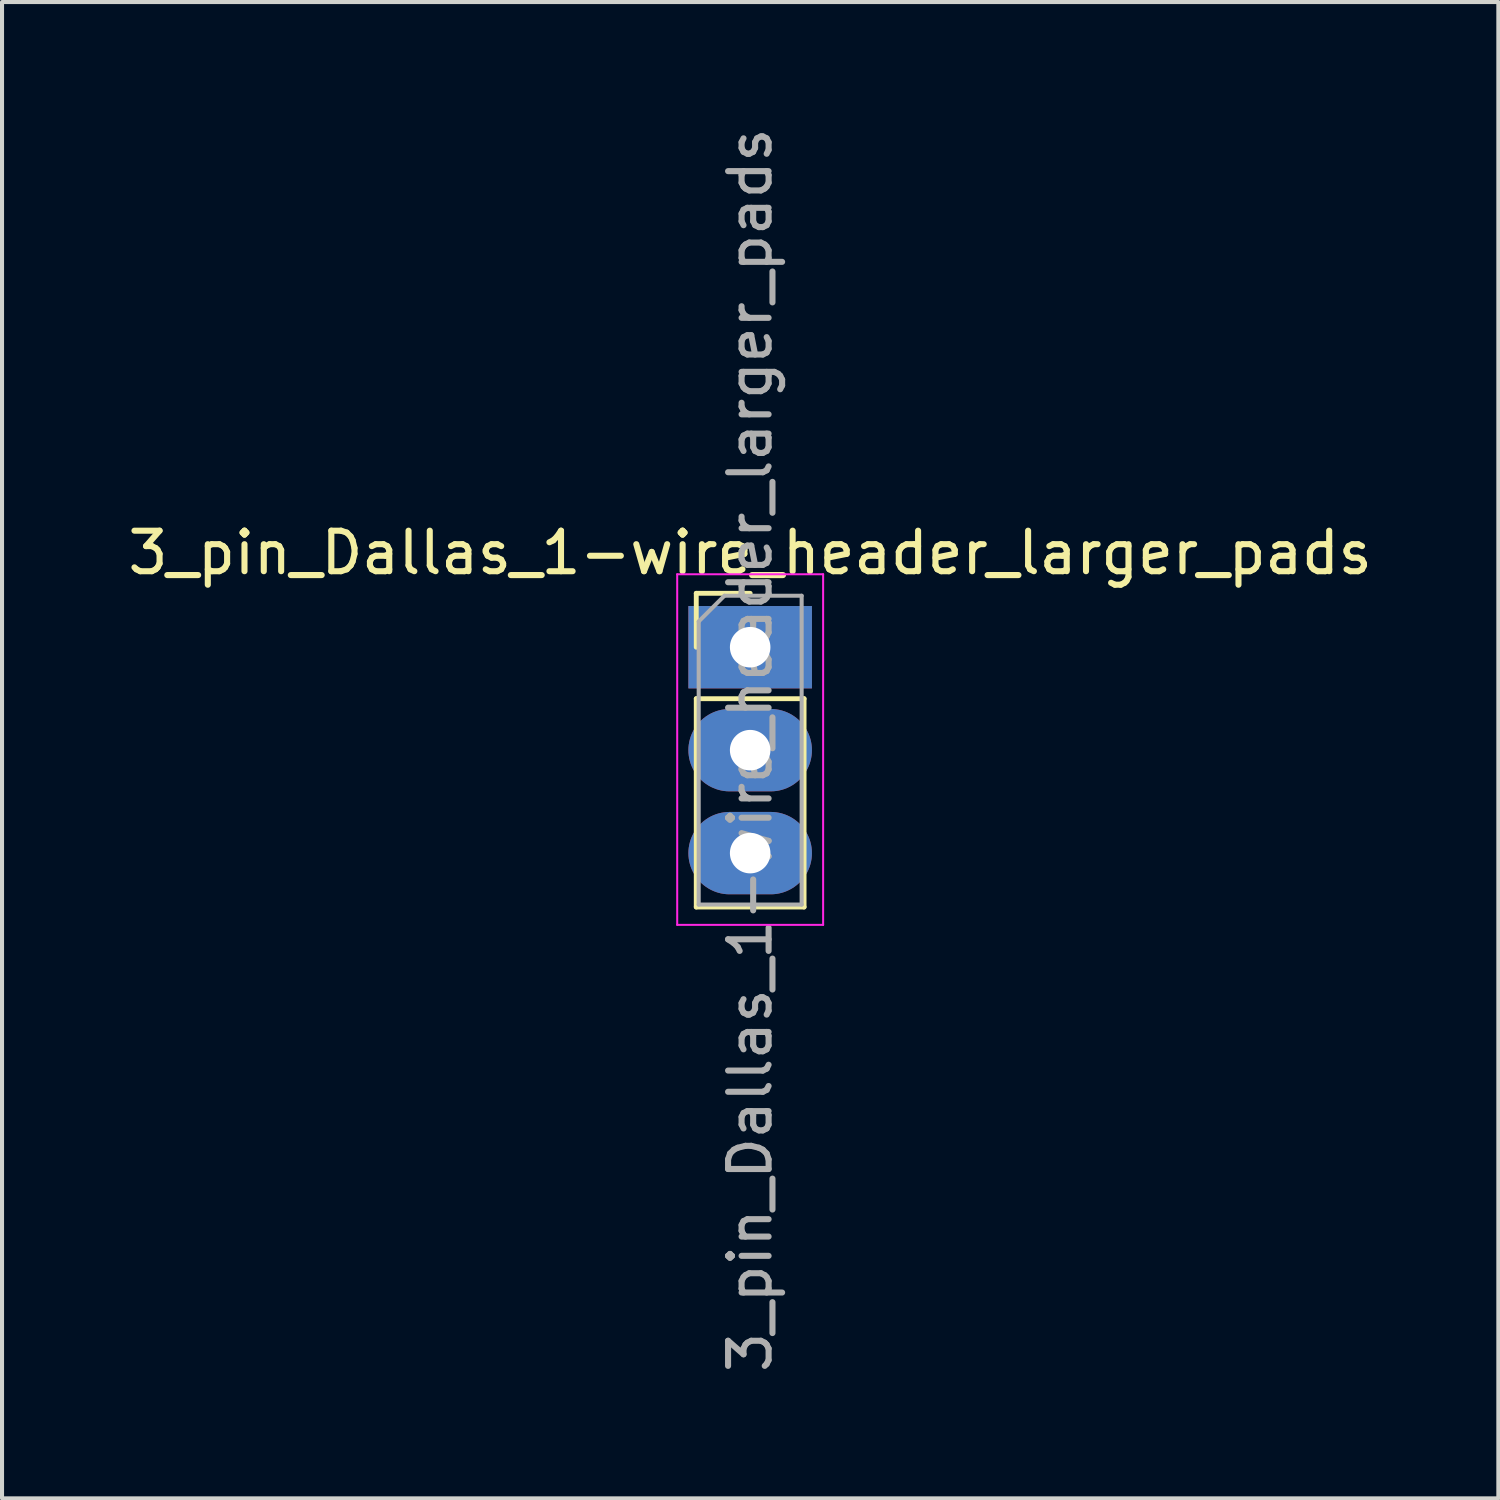
<source format=kicad_pcb>
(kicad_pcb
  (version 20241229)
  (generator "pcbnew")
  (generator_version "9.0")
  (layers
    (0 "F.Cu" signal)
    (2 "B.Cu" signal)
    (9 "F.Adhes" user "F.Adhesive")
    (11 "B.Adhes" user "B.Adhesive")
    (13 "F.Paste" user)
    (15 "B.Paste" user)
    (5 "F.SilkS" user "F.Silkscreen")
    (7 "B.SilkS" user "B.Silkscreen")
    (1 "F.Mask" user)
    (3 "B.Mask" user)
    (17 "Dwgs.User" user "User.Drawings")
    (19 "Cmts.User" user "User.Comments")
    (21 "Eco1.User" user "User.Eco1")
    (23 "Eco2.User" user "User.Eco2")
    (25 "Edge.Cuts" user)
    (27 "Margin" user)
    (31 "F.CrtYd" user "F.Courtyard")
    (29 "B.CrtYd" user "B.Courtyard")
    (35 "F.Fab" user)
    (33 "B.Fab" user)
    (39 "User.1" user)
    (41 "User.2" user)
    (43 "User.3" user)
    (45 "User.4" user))
  (footprint "3_pin_Dallas_1-wire_header_larger_pads"
    (layer "F.Cu")
    (at 15.458 12.918)
    (property "Reference" "3_pin_Dallas_1-wire_header_larger_pads" (at 0 -2.33 0) (layer "F.SilkS") (effects (font (size 1 1) (thickness 0.15))))
    (attr through_hole)
    (fp_line (start -1.33 -1.33) (end 0 -1.33) (stroke (width 0.12) (type solid)) (layer "F.SilkS"))
    (fp_line (start -1.33 0) (end -1.33 -1.33) (stroke (width 0.12) (type solid)) (layer "F.SilkS"))
    (fp_line (start -1.33 1.27) (end -1.33 6.41) (stroke (width 0.12) (type solid)) (layer "F.SilkS"))
    (fp_line (start -1.33 1.27) (end 1.33 1.27) (stroke (width 0.12) (type solid)) (layer "F.SilkS"))
    (fp_line (start -1.33 6.41) (end 1.33 6.41) (stroke (width 0.12) (type solid)) (layer "F.SilkS"))
    (fp_line (start 1.33 1.27) (end 1.33 6.41) (stroke (width 0.12) (type solid)) (layer "F.SilkS"))
    (fp_line (start -1.8 -1.8) (end -1.8 6.85) (stroke (width 0.05) (type solid)) (layer "F.CrtYd"))
    (fp_line (start -1.8 6.85) (end 1.8 6.85) (stroke (width 0.05) (type solid)) (layer "F.CrtYd"))
    (fp_line (start 1.8 -1.8) (end -1.8 -1.8) (stroke (width 0.05) (type solid)) (layer "F.CrtYd"))
    (fp_line (start 1.8 6.85) (end 1.8 -1.8) (stroke (width 0.05) (type solid)) (layer "F.CrtYd"))
    (fp_line (start -1.27 -0.635) (end -0.635 -1.27) (stroke (width 0.1) (type solid)) (layer "F.Fab"))
    (fp_line (start -1.27 6.35) (end -1.27 -0.635) (stroke (width 0.1) (type solid)) (layer "F.Fab"))
    (fp_line (start -0.635 -1.27) (end 1.27 -1.27) (stroke (width 0.1) (type solid)) (layer "F.Fab"))
    (fp_line (start 1.27 -1.27) (end 1.27 6.35) (stroke (width 0.1) (type solid)) (layer "F.Fab"))
    (fp_line (start 1.27 6.35) (end -1.27 6.35) (stroke (width 0.1) (type solid)) (layer "F.Fab"))
    (fp_text user "${REFERENCE}" (at 0 2.54 90) (layer "F.Fab") (effects (font (size 1 1) (thickness 0.15))))
    (pad "1" thru_hole rect (at 0 0) (size 3.048 2.032) (drill 1) (layers "*.Cu" "*.Mask"))
    (pad "2" thru_hole oval (at 0 2.54) (size 3.048 2.032) (drill 1) (layers "*.Cu" "*.Mask"))
    (pad "3" thru_hole oval (at 0 5.08) (size 3.048 2.032) (drill 1) (layers "*.Cu" "*.Mask")))
  (gr_rect
    (start -3 -3)
    (end 33.917 33.917)
    (stroke (width 0.1) (type default))
    (fill no)
    (layer "Edge.Cuts")))
</source>
